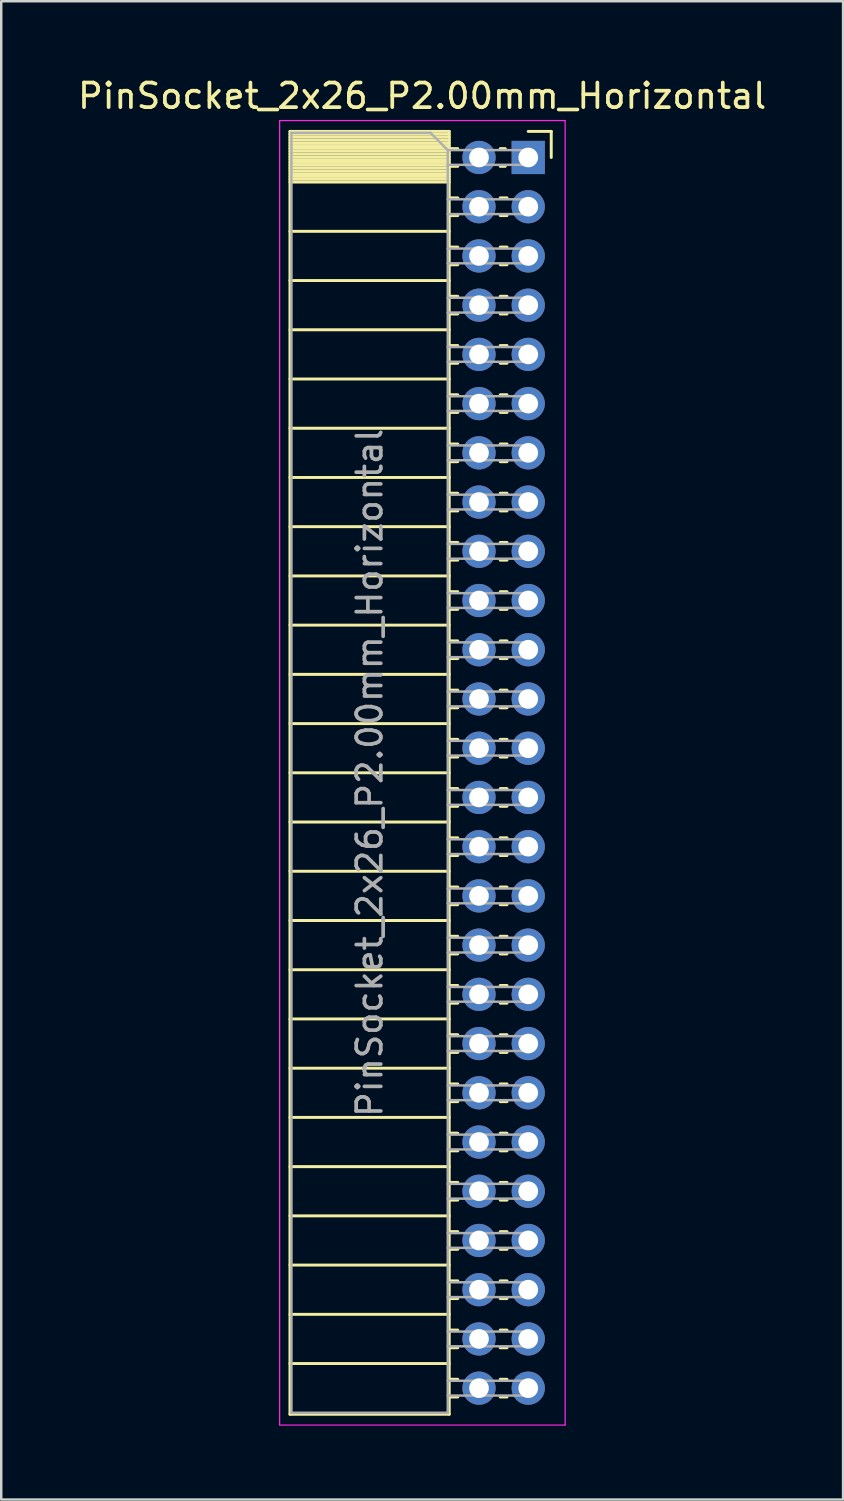
<source format=kicad_pcb>
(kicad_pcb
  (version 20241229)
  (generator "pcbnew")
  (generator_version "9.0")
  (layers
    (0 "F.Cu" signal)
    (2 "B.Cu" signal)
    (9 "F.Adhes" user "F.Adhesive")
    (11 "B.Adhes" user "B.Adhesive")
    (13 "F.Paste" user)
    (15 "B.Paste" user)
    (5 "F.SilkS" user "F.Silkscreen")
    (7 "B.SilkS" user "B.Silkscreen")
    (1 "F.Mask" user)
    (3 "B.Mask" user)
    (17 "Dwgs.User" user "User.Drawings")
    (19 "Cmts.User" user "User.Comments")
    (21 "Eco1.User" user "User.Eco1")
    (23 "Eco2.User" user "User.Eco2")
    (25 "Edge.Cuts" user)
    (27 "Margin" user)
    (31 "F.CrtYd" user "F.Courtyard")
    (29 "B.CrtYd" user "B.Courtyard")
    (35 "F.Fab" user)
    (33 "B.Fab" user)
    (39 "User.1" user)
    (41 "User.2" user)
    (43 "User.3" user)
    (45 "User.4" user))
  (footprint "PinSocket_2x26_P2.00mm_Horizontal"
    (layer "F.Cu")
    (at 18.411 3.348)
    (property "Reference" "PinSocket_2x26_P2.00mm_Horizontal" (at -4.31 -2.5 0) (layer "F.SilkS") (effects (font (size 1 1) (thickness 0.15))))
    (attr through_hole)
    (fp_line (start -9.68 -1.06) (end -9.68 51.06) (stroke (width 0.12) (type solid)) (layer "F.SilkS"))
    (fp_line (start -9.68 -1.06) (end -3.21 -1.06) (stroke (width 0.12) (type solid)) (layer "F.SilkS"))
    (fp_line (start -9.68 -0.94) (end -3.21 -0.94) (stroke (width 0.12) (type solid)) (layer "F.SilkS"))
    (fp_line (start -9.68 -0.826) (end -3.21 -0.826) (stroke (width 0.12) (type solid)) (layer "F.SilkS"))
    (fp_line (start -9.68 -0.712) (end -3.21 -0.712) (stroke (width 0.12) (type solid)) (layer "F.SilkS"))
    (fp_line (start -9.68 -0.598) (end -3.21 -0.598) (stroke (width 0.12) (type solid)) (layer "F.SilkS"))
    (fp_line (start -9.68 -0.484) (end -3.21 -0.484) (stroke (width 0.12) (type solid)) (layer "F.SilkS"))
    (fp_line (start -9.68 -0.369) (end -3.21 -0.369) (stroke (width 0.12) (type solid)) (layer "F.SilkS"))
    (fp_line (start -9.68 -0.255) (end -3.21 -0.255) (stroke (width 0.12) (type solid)) (layer "F.SilkS"))
    (fp_line (start -9.68 -0.141) (end -3.21 -0.141) (stroke (width 0.12) (type solid)) (layer "F.SilkS"))
    (fp_line (start -9.68 -0.027) (end -3.21 -0.027) (stroke (width 0.12) (type solid)) (layer "F.SilkS"))
    (fp_line (start -9.68 0.087) (end -3.21 0.087) (stroke (width 0.12) (type solid)) (layer "F.SilkS"))
    (fp_line (start -9.68 0.201) (end -3.21 0.201) (stroke (width 0.12) (type solid)) (layer "F.SilkS"))
    (fp_line (start -9.68 0.315) (end -3.21 0.315) (stroke (width 0.12) (type solid)) (layer "F.SilkS"))
    (fp_line (start -9.68 0.429) (end -3.21 0.429) (stroke (width 0.12) (type solid)) (layer "F.SilkS"))
    (fp_line (start -9.68 0.544) (end -3.21 0.544) (stroke (width 0.12) (type solid)) (layer "F.SilkS"))
    (fp_line (start -9.68 0.658) (end -3.21 0.658) (stroke (width 0.12) (type solid)) (layer "F.SilkS"))
    (fp_line (start -9.68 0.772) (end -3.21 0.772) (stroke (width 0.12) (type solid)) (layer "F.SilkS"))
    (fp_line (start -9.68 0.886) (end -3.21 0.886) (stroke (width 0.12) (type solid)) (layer "F.SilkS"))
    (fp_line (start -9.68 1) (end -3.21 1) (stroke (width 0.12) (type solid)) (layer "F.SilkS"))
    (fp_line (start -9.68 3) (end -3.21 3) (stroke (width 0.12) (type solid)) (layer "F.SilkS"))
    (fp_line (start -9.68 5) (end -3.21 5) (stroke (width 0.12) (type solid)) (layer "F.SilkS"))
    (fp_line (start -9.68 7) (end -3.21 7) (stroke (width 0.12) (type solid)) (layer "F.SilkS"))
    (fp_line (start -9.68 9) (end -3.21 9) (stroke (width 0.12) (type solid)) (layer "F.SilkS"))
    (fp_line (start -9.68 11) (end -3.21 11) (stroke (width 0.12) (type solid)) (layer "F.SilkS"))
    (fp_line (start -9.68 13) (end -3.21 13) (stroke (width 0.12) (type solid)) (layer "F.SilkS"))
    (fp_line (start -9.68 15) (end -3.21 15) (stroke (width 0.12) (type solid)) (layer "F.SilkS"))
    (fp_line (start -9.68 17) (end -3.21 17) (stroke (width 0.12) (type solid)) (layer "F.SilkS"))
    (fp_line (start -9.68 19) (end -3.21 19) (stroke (width 0.12) (type solid)) (layer "F.SilkS"))
    (fp_line (start -9.68 21) (end -3.21 21) (stroke (width 0.12) (type solid)) (layer "F.SilkS"))
    (fp_line (start -9.68 23) (end -3.21 23) (stroke (width 0.12) (type solid)) (layer "F.SilkS"))
    (fp_line (start -9.68 25) (end -3.21 25) (stroke (width 0.12) (type solid)) (layer "F.SilkS"))
    (fp_line (start -9.68 27) (end -3.21 27) (stroke (width 0.12) (type solid)) (layer "F.SilkS"))
    (fp_line (start -9.68 29) (end -3.21 29) (stroke (width 0.12) (type solid)) (layer "F.SilkS"))
    (fp_line (start -9.68 31) (end -3.21 31) (stroke (width 0.12) (type solid)) (layer "F.SilkS"))
    (fp_line (start -9.68 33) (end -3.21 33) (stroke (width 0.12) (type solid)) (layer "F.SilkS"))
    (fp_line (start -9.68 35) (end -3.21 35) (stroke (width 0.12) (type solid)) (layer "F.SilkS"))
    (fp_line (start -9.68 37) (end -3.21 37) (stroke (width 0.12) (type solid)) (layer "F.SilkS"))
    (fp_line (start -9.68 39) (end -3.21 39) (stroke (width 0.12) (type solid)) (layer "F.SilkS"))
    (fp_line (start -9.68 41) (end -3.21 41) (stroke (width 0.12) (type solid)) (layer "F.SilkS"))
    (fp_line (start -9.68 43) (end -3.21 43) (stroke (width 0.12) (type solid)) (layer "F.SilkS"))
    (fp_line (start -9.68 45) (end -3.21 45) (stroke (width 0.12) (type solid)) (layer "F.SilkS"))
    (fp_line (start -9.68 47) (end -3.21 47) (stroke (width 0.12) (type solid)) (layer "F.SilkS"))
    (fp_line (start -9.68 49) (end -3.21 49) (stroke (width 0.12) (type solid)) (layer "F.SilkS"))
    (fp_line (start -9.68 51.06) (end -3.21 51.06) (stroke (width 0.12) (type solid)) (layer "F.SilkS"))
    (fp_line (start -3.21 -1.06) (end -3.21 51.06) (stroke (width 0.12) (type solid)) (layer "F.SilkS"))
    (fp_line (start -3.21 -0.36) (end -2.863 -0.36) (stroke (width 0.12) (type solid)) (layer "F.SilkS"))
    (fp_line (start -3.21 0.36) (end -2.863 0.36) (stroke (width 0.12) (type solid)) (layer "F.SilkS"))
    (fp_line (start -3.21 1.64) (end -2.863 1.64) (stroke (width 0.12) (type solid)) (layer "F.SilkS"))
    (fp_line (start -3.21 2.36) (end -2.863 2.36) (stroke (width 0.12) (type solid)) (layer "F.SilkS"))
    (fp_line (start -3.21 3.64) (end -2.863 3.64) (stroke (width 0.12) (type solid)) (layer "F.SilkS"))
    (fp_line (start -3.21 4.36) (end -2.863 4.36) (stroke (width 0.12) (type solid)) (layer "F.SilkS"))
    (fp_line (start -3.21 5.64) (end -2.863 5.64) (stroke (width 0.12) (type solid)) (layer "F.SilkS"))
    (fp_line (start -3.21 6.36) (end -2.863 6.36) (stroke (width 0.12) (type solid)) (layer "F.SilkS"))
    (fp_line (start -3.21 7.64) (end -2.863 7.64) (stroke (width 0.12) (type solid)) (layer "F.SilkS"))
    (fp_line (start -3.21 8.36) (end -2.863 8.36) (stroke (width 0.12) (type solid)) (layer "F.SilkS"))
    (fp_line (start -3.21 9.64) (end -2.863 9.64) (stroke (width 0.12) (type solid)) (layer "F.SilkS"))
    (fp_line (start -3.21 10.36) (end -2.863 10.36) (stroke (width 0.12) (type solid)) (layer "F.SilkS"))
    (fp_line (start -3.21 11.64) (end -2.863 11.64) (stroke (width 0.12) (type solid)) (layer "F.SilkS"))
    (fp_line (start -3.21 12.36) (end -2.863 12.36) (stroke (width 0.12) (type solid)) (layer "F.SilkS"))
    (fp_line (start -3.21 13.64) (end -2.863 13.64) (stroke (width 0.12) (type solid)) (layer "F.SilkS"))
    (fp_line (start -3.21 14.36) (end -2.863 14.36) (stroke (width 0.12) (type solid)) (layer "F.SilkS"))
    (fp_line (start -3.21 15.64) (end -2.863 15.64) (stroke (width 0.12) (type solid)) (layer "F.SilkS"))
    (fp_line (start -3.21 16.36) (end -2.863 16.36) (stroke (width 0.12) (type solid)) (layer "F.SilkS"))
    (fp_line (start -3.21 17.64) (end -2.863 17.64) (stroke (width 0.12) (type solid)) (layer "F.SilkS"))
    (fp_line (start -3.21 18.36) (end -2.863 18.36) (stroke (width 0.12) (type solid)) (layer "F.SilkS"))
    (fp_line (start -3.21 19.64) (end -2.863 19.64) (stroke (width 0.12) (type solid)) (layer "F.SilkS"))
    (fp_line (start -3.21 20.36) (end -2.863 20.36) (stroke (width 0.12) (type solid)) (layer "F.SilkS"))
    (fp_line (start -3.21 21.64) (end -2.863 21.64) (stroke (width 0.12) (type solid)) (layer "F.SilkS"))
    (fp_line (start -3.21 22.36) (end -2.863 22.36) (stroke (width 0.12) (type solid)) (layer "F.SilkS"))
    (fp_line (start -3.21 23.64) (end -2.863 23.64) (stroke (width 0.12) (type solid)) (layer "F.SilkS"))
    (fp_line (start -3.21 24.36) (end -2.863 24.36) (stroke (width 0.12) (type solid)) (layer "F.SilkS"))
    (fp_line (start -3.21 25.64) (end -2.863 25.64) (stroke (width 0.12) (type solid)) (layer "F.SilkS"))
    (fp_line (start -3.21 26.36) (end -2.863 26.36) (stroke (width 0.12) (type solid)) (layer "F.SilkS"))
    (fp_line (start -3.21 27.64) (end -2.863 27.64) (stroke (width 0.12) (type solid)) (layer "F.SilkS"))
    (fp_line (start -3.21 28.36) (end -2.863 28.36) (stroke (width 0.12) (type solid)) (layer "F.SilkS"))
    (fp_line (start -3.21 29.64) (end -2.863 29.64) (stroke (width 0.12) (type solid)) (layer "F.SilkS"))
    (fp_line (start -3.21 30.36) (end -2.863 30.36) (stroke (width 0.12) (type solid)) (layer "F.SilkS"))
    (fp_line (start -3.21 31.64) (end -2.863 31.64) (stroke (width 0.12) (type solid)) (layer "F.SilkS"))
    (fp_line (start -3.21 32.36) (end -2.863 32.36) (stroke (width 0.12) (type solid)) (layer "F.SilkS"))
    (fp_line (start -3.21 33.64) (end -2.863 33.64) (stroke (width 0.12) (type solid)) (layer "F.SilkS"))
    (fp_line (start -3.21 34.36) (end -2.863 34.36) (stroke (width 0.12) (type solid)) (layer "F.SilkS"))
    (fp_line (start -3.21 35.64) (end -2.863 35.64) (stroke (width 0.12) (type solid)) (layer "F.SilkS"))
    (fp_line (start -3.21 36.36) (end -2.863 36.36) (stroke (width 0.12) (type solid)) (layer "F.SilkS"))
    (fp_line (start -3.21 37.64) (end -2.863 37.64) (stroke (width 0.12) (type solid)) (layer "F.SilkS"))
    (fp_line (start -3.21 38.36) (end -2.863 38.36) (stroke (width 0.12) (type solid)) (layer "F.SilkS"))
    (fp_line (start -3.21 39.64) (end -2.863 39.64) (stroke (width 0.12) (type solid)) (layer "F.SilkS"))
    (fp_line (start -3.21 40.36) (end -2.863 40.36) (stroke (width 0.12) (type solid)) (layer "F.SilkS"))
    (fp_line (start -3.21 41.64) (end -2.863 41.64) (stroke (width 0.12) (type solid)) (layer "F.SilkS"))
    (fp_line (start -3.21 42.36) (end -2.863 42.36) (stroke (width 0.12) (type solid)) (layer "F.SilkS"))
    (fp_line (start -3.21 43.64) (end -2.863 43.64) (stroke (width 0.12) (type solid)) (layer "F.SilkS"))
    (fp_line (start -3.21 44.36) (end -2.863 44.36) (stroke (width 0.12) (type solid)) (layer "F.SilkS"))
    (fp_line (start -3.21 45.64) (end -2.863 45.64) (stroke (width 0.12) (type solid)) (layer "F.SilkS"))
    (fp_line (start -3.21 46.36) (end -2.863 46.36) (stroke (width 0.12) (type solid)) (layer "F.SilkS"))
    (fp_line (start -3.21 47.64) (end -2.863 47.64) (stroke (width 0.12) (type solid)) (layer "F.SilkS"))
    (fp_line (start -3.21 48.36) (end -2.863 48.36) (stroke (width 0.12) (type solid)) (layer "F.SilkS"))
    (fp_line (start -3.21 49.64) (end -2.863 49.64) (stroke (width 0.12) (type solid)) (layer "F.SilkS"))
    (fp_line (start -3.21 50.36) (end -2.863 50.36) (stroke (width 0.12) (type solid)) (layer "F.SilkS"))
    (fp_line (start -1.137 -0.36) (end -0.935 -0.36) (stroke (width 0.12) (type solid)) (layer "F.SilkS"))
    (fp_line (start -1.137 0.36) (end -0.935 0.36) (stroke (width 0.12) (type solid)) (layer "F.SilkS"))
    (fp_line (start -1.137 1.64) (end -0.863 1.64) (stroke (width 0.12) (type solid)) (layer "F.SilkS"))
    (fp_line (start -1.137 2.36) (end -0.863 2.36) (stroke (width 0.12) (type solid)) (layer "F.SilkS"))
    (fp_line (start -1.137 3.64) (end -0.863 3.64) (stroke (width 0.12) (type solid)) (layer "F.SilkS"))
    (fp_line (start -1.137 4.36) (end -0.863 4.36) (stroke (width 0.12) (type solid)) (layer "F.SilkS"))
    (fp_line (start -1.137 5.64) (end -0.863 5.64) (stroke (width 0.12) (type solid)) (layer "F.SilkS"))
    (fp_line (start -1.137 6.36) (end -0.863 6.36) (stroke (width 0.12) (type solid)) (layer "F.SilkS"))
    (fp_line (start -1.137 7.64) (end -0.863 7.64) (stroke (width 0.12) (type solid)) (layer "F.SilkS"))
    (fp_line (start -1.137 8.36) (end -0.863 8.36) (stroke (width 0.12) (type solid)) (layer "F.SilkS"))
    (fp_line (start -1.137 9.64) (end -0.863 9.64) (stroke (width 0.12) (type solid)) (layer "F.SilkS"))
    (fp_line (start -1.137 10.36) (end -0.863 10.36) (stroke (width 0.12) (type solid)) (layer "F.SilkS"))
    (fp_line (start -1.137 11.64) (end -0.863 11.64) (stroke (width 0.12) (type solid)) (layer "F.SilkS"))
    (fp_line (start -1.137 12.36) (end -0.863 12.36) (stroke (width 0.12) (type solid)) (layer "F.SilkS"))
    (fp_line (start -1.137 13.64) (end -0.863 13.64) (stroke (width 0.12) (type solid)) (layer "F.SilkS"))
    (fp_line (start -1.137 14.36) (end -0.863 14.36) (stroke (width 0.12) (type solid)) (layer "F.SilkS"))
    (fp_line (start -1.137 15.64) (end -0.863 15.64) (stroke (width 0.12) (type solid)) (layer "F.SilkS"))
    (fp_line (start -1.137 16.36) (end -0.863 16.36) (stroke (width 0.12) (type solid)) (layer "F.SilkS"))
    (fp_line (start -1.137 17.64) (end -0.863 17.64) (stroke (width 0.12) (type solid)) (layer "F.SilkS"))
    (fp_line (start -1.137 18.36) (end -0.863 18.36) (stroke (width 0.12) (type solid)) (layer "F.SilkS"))
    (fp_line (start -1.137 19.64) (end -0.863 19.64) (stroke (width 0.12) (type solid)) (layer "F.SilkS"))
    (fp_line (start -1.137 20.36) (end -0.863 20.36) (stroke (width 0.12) (type solid)) (layer "F.SilkS"))
    (fp_line (start -1.137 21.64) (end -0.863 21.64) (stroke (width 0.12) (type solid)) (layer "F.SilkS"))
    (fp_line (start -1.137 22.36) (end -0.863 22.36) (stroke (width 0.12) (type solid)) (layer "F.SilkS"))
    (fp_line (start -1.137 23.64) (end -0.863 23.64) (stroke (width 0.12) (type solid)) (layer "F.SilkS"))
    (fp_line (start -1.137 24.36) (end -0.863 24.36) (stroke (width 0.12) (type solid)) (layer "F.SilkS"))
    (fp_line (start -1.137 25.64) (end -0.863 25.64) (stroke (width 0.12) (type solid)) (layer "F.SilkS"))
    (fp_line (start -1.137 26.36) (end -0.863 26.36) (stroke (width 0.12) (type solid)) (layer "F.SilkS"))
    (fp_line (start -1.137 27.64) (end -0.863 27.64) (stroke (width 0.12) (type solid)) (layer "F.SilkS"))
    (fp_line (start -1.137 28.36) (end -0.863 28.36) (stroke (width 0.12) (type solid)) (layer "F.SilkS"))
    (fp_line (start -1.137 29.64) (end -0.863 29.64) (stroke (width 0.12) (type solid)) (layer "F.SilkS"))
    (fp_line (start -1.137 30.36) (end -0.863 30.36) (stroke (width 0.12) (type solid)) (layer "F.SilkS"))
    (fp_line (start -1.137 31.64) (end -0.863 31.64) (stroke (width 0.12) (type solid)) (layer "F.SilkS"))
    (fp_line (start -1.137 32.36) (end -0.863 32.36) (stroke (width 0.12) (type solid)) (layer "F.SilkS"))
    (fp_line (start -1.137 33.64) (end -0.863 33.64) (stroke (width 0.12) (type solid)) (layer "F.SilkS"))
    (fp_line (start -1.137 34.36) (end -0.863 34.36) (stroke (width 0.12) (type solid)) (layer "F.SilkS"))
    (fp_line (start -1.137 35.64) (end -0.863 35.64) (stroke (width 0.12) (type solid)) (layer "F.SilkS"))
    (fp_line (start -1.137 36.36) (end -0.863 36.36) (stroke (width 0.12) (type solid)) (layer "F.SilkS"))
    (fp_line (start -1.137 37.64) (end -0.863 37.64) (stroke (width 0.12) (type solid)) (layer "F.SilkS"))
    (fp_line (start -1.137 38.36) (end -0.863 38.36) (stroke (width 0.12) (type solid)) (layer "F.SilkS"))
    (fp_line (start -1.137 39.64) (end -0.863 39.64) (stroke (width 0.12) (type solid)) (layer "F.SilkS"))
    (fp_line (start -1.137 40.36) (end -0.863 40.36) (stroke (width 0.12) (type solid)) (layer "F.SilkS"))
    (fp_line (start -1.137 41.64) (end -0.863 41.64) (stroke (width 0.12) (type solid)) (layer "F.SilkS"))
    (fp_line (start -1.137 42.36) (end -0.863 42.36) (stroke (width 0.12) (type solid)) (layer "F.SilkS"))
    (fp_line (start -1.137 43.64) (end -0.863 43.64) (stroke (width 0.12) (type solid)) (layer "F.SilkS"))
    (fp_line (start -1.137 44.36) (end -0.863 44.36) (stroke (width 0.12) (type solid)) (layer "F.SilkS"))
    (fp_line (start -1.137 45.64) (end -0.863 45.64) (stroke (width 0.12) (type solid)) (layer "F.SilkS"))
    (fp_line (start -1.137 46.36) (end -0.863 46.36) (stroke (width 0.12) (type solid)) (layer "F.SilkS"))
    (fp_line (start -1.137 47.64) (end -0.863 47.64) (stroke (width 0.12) (type solid)) (layer "F.SilkS"))
    (fp_line (start -1.137 48.36) (end -0.863 48.36) (stroke (width 0.12) (type solid)) (layer "F.SilkS"))
    (fp_line (start -1.137 49.64) (end -0.863 49.64) (stroke (width 0.12) (type solid)) (layer "F.SilkS"))
    (fp_line (start -1.137 50.36) (end -0.863 50.36) (stroke (width 0.12) (type solid)) (layer "F.SilkS"))
    (fp_line (start 0 -1.06) (end 0.935 -1.06) (stroke (width 0.12) (type solid)) (layer "F.SilkS"))
    (fp_line (start 0.935 -1.06) (end 0.935 0) (stroke (width 0.12) (type solid)) (layer "F.SilkS"))
    (fp_line (start -10.1 -1.5) (end -10.1 51.5) (stroke (width 0.05) (type solid)) (layer "F.CrtYd"))
    (fp_line (start -10.1 51.5) (end 1.5 51.5) (stroke (width 0.05) (type solid)) (layer "F.CrtYd"))
    (fp_line (start 1.5 -1.5) (end -10.1 -1.5) (stroke (width 0.05) (type solid)) (layer "F.CrtYd"))
    (fp_line (start 1.5 51.5) (end 1.5 -1.5) (stroke (width 0.05) (type solid)) (layer "F.CrtYd"))
    (fp_line (start -9.62 -1) (end -3.97 -1) (stroke (width 0.1) (type solid)) (layer "F.Fab"))
    (fp_line (start -9.62 51) (end -9.62 -1) (stroke (width 0.1) (type solid)) (layer "F.Fab"))
    (fp_line (start -3.97 -1) (end -3.27 -0.3) (stroke (width 0.1) (type solid)) (layer "F.Fab"))
    (fp_line (start -3.27 -0.3) (end -3.27 51) (stroke (width 0.1) (type solid)) (layer "F.Fab"))
    (fp_line (start -3.27 0.3) (end 0 0.3) (stroke (width 0.1) (type solid)) (layer "F.Fab"))
    (fp_line (start -3.27 2.3) (end 0 2.3) (stroke (width 0.1) (type solid)) (layer "F.Fab"))
    (fp_line (start -3.27 4.3) (end 0 4.3) (stroke (width 0.1) (type solid)) (layer "F.Fab"))
    (fp_line (start -3.27 6.3) (end 0 6.3) (stroke (width 0.1) (type solid)) (layer "F.Fab"))
    (fp_line (start -3.27 8.3) (end 0 8.3) (stroke (width 0.1) (type solid)) (layer "F.Fab"))
    (fp_line (start -3.27 10.3) (end 0 10.3) (stroke (width 0.1) (type solid)) (layer "F.Fab"))
    (fp_line (start -3.27 12.3) (end 0 12.3) (stroke (width 0.1) (type solid)) (layer "F.Fab"))
    (fp_line (start -3.27 14.3) (end 0 14.3) (stroke (width 0.1) (type solid)) (layer "F.Fab"))
    (fp_line (start -3.27 16.3) (end 0 16.3) (stroke (width 0.1) (type solid)) (layer "F.Fab"))
    (fp_line (start -3.27 18.3) (end 0 18.3) (stroke (width 0.1) (type solid)) (layer "F.Fab"))
    (fp_line (start -3.27 20.3) (end 0 20.3) (stroke (width 0.1) (type solid)) (layer "F.Fab"))
    (fp_line (start -3.27 22.3) (end 0 22.3) (stroke (width 0.1) (type solid)) (layer "F.Fab"))
    (fp_line (start -3.27 24.3) (end 0 24.3) (stroke (width 0.1) (type solid)) (layer "F.Fab"))
    (fp_line (start -3.27 26.3) (end 0 26.3) (stroke (width 0.1) (type solid)) (layer "F.Fab"))
    (fp_line (start -3.27 28.3) (end 0 28.3) (stroke (width 0.1) (type solid)) (layer "F.Fab"))
    (fp_line (start -3.27 30.3) (end 0 30.3) (stroke (width 0.1) (type solid)) (layer "F.Fab"))
    (fp_line (start -3.27 32.3) (end 0 32.3) (stroke (width 0.1) (type solid)) (layer "F.Fab"))
    (fp_line (start -3.27 34.3) (end 0 34.3) (stroke (width 0.1) (type solid)) (layer "F.Fab"))
    (fp_line (start -3.27 36.3) (end 0 36.3) (stroke (width 0.1) (type solid)) (layer "F.Fab"))
    (fp_line (start -3.27 38.3) (end 0 38.3) (stroke (width 0.1) (type solid)) (layer "F.Fab"))
    (fp_line (start -3.27 40.3) (end 0 40.3) (stroke (width 0.1) (type solid)) (layer "F.Fab"))
    (fp_line (start -3.27 42.3) (end 0 42.3) (stroke (width 0.1) (type solid)) (layer "F.Fab"))
    (fp_line (start -3.27 44.3) (end 0 44.3) (stroke (width 0.1) (type solid)) (layer "F.Fab"))
    (fp_line (start -3.27 46.3) (end 0 46.3) (stroke (width 0.1) (type solid)) (layer "F.Fab"))
    (fp_line (start -3.27 48.3) (end 0 48.3) (stroke (width 0.1) (type solid)) (layer "F.Fab"))
    (fp_line (start -3.27 50.3) (end 0 50.3) (stroke (width 0.1) (type solid)) (layer "F.Fab"))
    (fp_line (start -3.27 51) (end -9.62 51) (stroke (width 0.1) (type solid)) (layer "F.Fab"))
    (fp_line (start 0 -0.3) (end -3.27 -0.3) (stroke (width 0.1) (type solid)) (layer "F.Fab"))
    (fp_line (start 0 0.3) (end 0 -0.3) (stroke (width 0.1) (type solid)) (layer "F.Fab"))
    (fp_line (start 0 1.7) (end -3.27 1.7) (stroke (width 0.1) (type solid)) (layer "F.Fab"))
    (fp_line (start 0 2.3) (end 0 1.7) (stroke (width 0.1) (type solid)) (layer "F.Fab"))
    (fp_line (start 0 3.7) (end -3.27 3.7) (stroke (width 0.1) (type solid)) (layer "F.Fab"))
    (fp_line (start 0 4.3) (end 0 3.7) (stroke (width 0.1) (type solid)) (layer "F.Fab"))
    (fp_line (start 0 5.7) (end -3.27 5.7) (stroke (width 0.1) (type solid)) (layer "F.Fab"))
    (fp_line (start 0 6.3) (end 0 5.7) (stroke (width 0.1) (type solid)) (layer "F.Fab"))
    (fp_line (start 0 7.7) (end -3.27 7.7) (stroke (width 0.1) (type solid)) (layer "F.Fab"))
    (fp_line (start 0 8.3) (end 0 7.7) (stroke (width 0.1) (type solid)) (layer "F.Fab"))
    (fp_line (start 0 9.7) (end -3.27 9.7) (stroke (width 0.1) (type solid)) (layer "F.Fab"))
    (fp_line (start 0 10.3) (end 0 9.7) (stroke (width 0.1) (type solid)) (layer "F.Fab"))
    (fp_line (start 0 11.7) (end -3.27 11.7) (stroke (width 0.1) (type solid)) (layer "F.Fab"))
    (fp_line (start 0 12.3) (end 0 11.7) (stroke (width 0.1) (type solid)) (layer "F.Fab"))
    (fp_line (start 0 13.7) (end -3.27 13.7) (stroke (width 0.1) (type solid)) (layer "F.Fab"))
    (fp_line (start 0 14.3) (end 0 13.7) (stroke (width 0.1) (type solid)) (layer "F.Fab"))
    (fp_line (start 0 15.7) (end -3.27 15.7) (stroke (width 0.1) (type solid)) (layer "F.Fab"))
    (fp_line (start 0 16.3) (end 0 15.7) (stroke (width 0.1) (type solid)) (layer "F.Fab"))
    (fp_line (start 0 17.7) (end -3.27 17.7) (stroke (width 0.1) (type solid)) (layer "F.Fab"))
    (fp_line (start 0 18.3) (end 0 17.7) (stroke (width 0.1) (type solid)) (layer "F.Fab"))
    (fp_line (start 0 19.7) (end -3.27 19.7) (stroke (width 0.1) (type solid)) (layer "F.Fab"))
    (fp_line (start 0 20.3) (end 0 19.7) (stroke (width 0.1) (type solid)) (layer "F.Fab"))
    (fp_line (start 0 21.7) (end -3.27 21.7) (stroke (width 0.1) (type solid)) (layer "F.Fab"))
    (fp_line (start 0 22.3) (end 0 21.7) (stroke (width 0.1) (type solid)) (layer "F.Fab"))
    (fp_line (start 0 23.7) (end -3.27 23.7) (stroke (width 0.1) (type solid)) (layer "F.Fab"))
    (fp_line (start 0 24.3) (end 0 23.7) (stroke (width 0.1) (type solid)) (layer "F.Fab"))
    (fp_line (start 0 25.7) (end -3.27 25.7) (stroke (width 0.1) (type solid)) (layer "F.Fab"))
    (fp_line (start 0 26.3) (end 0 25.7) (stroke (width 0.1) (type solid)) (layer "F.Fab"))
    (fp_line (start 0 27.7) (end -3.27 27.7) (stroke (width 0.1) (type solid)) (layer "F.Fab"))
    (fp_line (start 0 28.3) (end 0 27.7) (stroke (width 0.1) (type solid)) (layer "F.Fab"))
    (fp_line (start 0 29.7) (end -3.27 29.7) (stroke (width 0.1) (type solid)) (layer "F.Fab"))
    (fp_line (start 0 30.3) (end 0 29.7) (stroke (width 0.1) (type solid)) (layer "F.Fab"))
    (fp_line (start 0 31.7) (end -3.27 31.7) (stroke (width 0.1) (type solid)) (layer "F.Fab"))
    (fp_line (start 0 32.3) (end 0 31.7) (stroke (width 0.1) (type solid)) (layer "F.Fab"))
    (fp_line (start 0 33.7) (end -3.27 33.7) (stroke (width 0.1) (type solid)) (layer "F.Fab"))
    (fp_line (start 0 34.3) (end 0 33.7) (stroke (width 0.1) (type solid)) (layer "F.Fab"))
    (fp_line (start 0 35.7) (end -3.27 35.7) (stroke (width 0.1) (type solid)) (layer "F.Fab"))
    (fp_line (start 0 36.3) (end 0 35.7) (stroke (width 0.1) (type solid)) (layer "F.Fab"))
    (fp_line (start 0 37.7) (end -3.27 37.7) (stroke (width 0.1) (type solid)) (layer "F.Fab"))
    (fp_line (start 0 38.3) (end 0 37.7) (stroke (width 0.1) (type solid)) (layer "F.Fab"))
    (fp_line (start 0 39.7) (end -3.27 39.7) (stroke (width 0.1) (type solid)) (layer "F.Fab"))
    (fp_line (start 0 40.3) (end 0 39.7) (stroke (width 0.1) (type solid)) (layer "F.Fab"))
    (fp_line (start 0 41.7) (end -3.27 41.7) (stroke (width 0.1) (type solid)) (layer "F.Fab"))
    (fp_line (start 0 42.3) (end 0 41.7) (stroke (width 0.1) (type solid)) (layer "F.Fab"))
    (fp_line (start 0 43.7) (end -3.27 43.7) (stroke (width 0.1) (type solid)) (layer "F.Fab"))
    (fp_line (start 0 44.3) (end 0 43.7) (stroke (width 0.1) (type solid)) (layer "F.Fab"))
    (fp_line (start 0 45.7) (end -3.27 45.7) (stroke (width 0.1) (type solid)) (layer "F.Fab"))
    (fp_line (start 0 46.3) (end 0 45.7) (stroke (width 0.1) (type solid)) (layer "F.Fab"))
    (fp_line (start 0 47.7) (end -3.27 47.7) (stroke (width 0.1) (type solid)) (layer "F.Fab"))
    (fp_line (start 0 48.3) (end 0 47.7) (stroke (width 0.1) (type solid)) (layer "F.Fab"))
    (fp_line (start 0 49.7) (end -3.27 49.7) (stroke (width 0.1) (type solid)) (layer "F.Fab"))
    (fp_line (start 0 50.3) (end 0 49.7) (stroke (width 0.1) (type solid)) (layer "F.Fab"))
    (fp_text user "${REFERENCE}" (at -6.445 25 90) (layer "F.Fab") (effects (font (size 1 1) (thickness 0.15))))
    (pad "1" thru_hole rect (at 0 0) (size 1.35 1.35) (drill 0.8) (layers "*.Cu" "*.Mask"))
    (pad "2" thru_hole circle (at -2 0) (size 1.35 1.35) (drill 0.8) (layers "*.Cu" "*.Mask"))
    (pad "3" thru_hole circle (at 0 2) (size 1.35 1.35) (drill 0.8) (layers "*.Cu" "*.Mask"))
    (pad "4" thru_hole circle (at -2 2) (size 1.35 1.35) (drill 0.8) (layers "*.Cu" "*.Mask"))
    (pad "5" thru_hole circle (at 0 4) (size 1.35 1.35) (drill 0.8) (layers "*.Cu" "*.Mask"))
    (pad "6" thru_hole circle (at -2 4) (size 1.35 1.35) (drill 0.8) (layers "*.Cu" "*.Mask"))
    (pad "7" thru_hole circle (at 0 6) (size 1.35 1.35) (drill 0.8) (layers "*.Cu" "*.Mask"))
    (pad "8" thru_hole circle (at -2 6) (size 1.35 1.35) (drill 0.8) (layers "*.Cu" "*.Mask"))
    (pad "9" thru_hole circle (at 0 8) (size 1.35 1.35) (drill 0.8) (layers "*.Cu" "*.Mask"))
    (pad "10" thru_hole circle (at -2 8) (size 1.35 1.35) (drill 0.8) (layers "*.Cu" "*.Mask"))
    (pad "11" thru_hole circle (at 0 10) (size 1.35 1.35) (drill 0.8) (layers "*.Cu" "*.Mask"))
    (pad "12" thru_hole circle (at -2 10) (size 1.35 1.35) (drill 0.8) (layers "*.Cu" "*.Mask"))
    (pad "13" thru_hole circle (at 0 12) (size 1.35 1.35) (drill 0.8) (layers "*.Cu" "*.Mask"))
    (pad "14" thru_hole circle (at -2 12) (size 1.35 1.35) (drill 0.8) (layers "*.Cu" "*.Mask"))
    (pad "15" thru_hole circle (at 0 14) (size 1.35 1.35) (drill 0.8) (layers "*.Cu" "*.Mask"))
    (pad "16" thru_hole circle (at -2 14) (size 1.35 1.35) (drill 0.8) (layers "*.Cu" "*.Mask"))
    (pad "17" thru_hole circle (at 0 16) (size 1.35 1.35) (drill 0.8) (layers "*.Cu" "*.Mask"))
    (pad "18" thru_hole circle (at -2 16) (size 1.35 1.35) (drill 0.8) (layers "*.Cu" "*.Mask"))
    (pad "19" thru_hole circle (at 0 18) (size 1.35 1.35) (drill 0.8) (layers "*.Cu" "*.Mask"))
    (pad "20" thru_hole circle (at -2 18) (size 1.35 1.35) (drill 0.8) (layers "*.Cu" "*.Mask"))
    (pad "21" thru_hole circle (at 0 20) (size 1.35 1.35) (drill 0.8) (layers "*.Cu" "*.Mask"))
    (pad "22" thru_hole circle (at -2 20) (size 1.35 1.35) (drill 0.8) (layers "*.Cu" "*.Mask"))
    (pad "23" thru_hole circle (at 0 22) (size 1.35 1.35) (drill 0.8) (layers "*.Cu" "*.Mask"))
    (pad "24" thru_hole circle (at -2 22) (size 1.35 1.35) (drill 0.8) (layers "*.Cu" "*.Mask"))
    (pad "25" thru_hole circle (at 0 24) (size 1.35 1.35) (drill 0.8) (layers "*.Cu" "*.Mask"))
    (pad "26" thru_hole circle (at -2 24) (size 1.35 1.35) (drill 0.8) (layers "*.Cu" "*.Mask"))
    (pad "27" thru_hole circle (at 0 26) (size 1.35 1.35) (drill 0.8) (layers "*.Cu" "*.Mask"))
    (pad "28" thru_hole circle (at -2 26) (size 1.35 1.35) (drill 0.8) (layers "*.Cu" "*.Mask"))
    (pad "29" thru_hole circle (at 0 28) (size 1.35 1.35) (drill 0.8) (layers "*.Cu" "*.Mask"))
    (pad "30" thru_hole circle (at -2 28) (size 1.35 1.35) (drill 0.8) (layers "*.Cu" "*.Mask"))
    (pad "31" thru_hole circle (at 0 30) (size 1.35 1.35) (drill 0.8) (layers "*.Cu" "*.Mask"))
    (pad "32" thru_hole circle (at -2 30) (size 1.35 1.35) (drill 0.8) (layers "*.Cu" "*.Mask"))
    (pad "33" thru_hole circle (at 0 32) (size 1.35 1.35) (drill 0.8) (layers "*.Cu" "*.Mask"))
    (pad "34" thru_hole circle (at -2 32) (size 1.35 1.35) (drill 0.8) (layers "*.Cu" "*.Mask"))
    (pad "35" thru_hole circle (at 0 34) (size 1.35 1.35) (drill 0.8) (layers "*.Cu" "*.Mask"))
    (pad "36" thru_hole circle (at -2 34) (size 1.35 1.35) (drill 0.8) (layers "*.Cu" "*.Mask"))
    (pad "37" thru_hole circle (at 0 36) (size 1.35 1.35) (drill 0.8) (layers "*.Cu" "*.Mask"))
    (pad "38" thru_hole circle (at -2 36) (size 1.35 1.35) (drill 0.8) (layers "*.Cu" "*.Mask"))
    (pad "39" thru_hole circle (at 0 38) (size 1.35 1.35) (drill 0.8) (layers "*.Cu" "*.Mask"))
    (pad "40" thru_hole circle (at -2 38) (size 1.35 1.35) (drill 0.8) (layers "*.Cu" "*.Mask"))
    (pad "41" thru_hole circle (at 0 40) (size 1.35 1.35) (drill 0.8) (layers "*.Cu" "*.Mask"))
    (pad "42" thru_hole circle (at -2 40) (size 1.35 1.35) (drill 0.8) (layers "*.Cu" "*.Mask"))
    (pad "43" thru_hole circle (at 0 42) (size 1.35 1.35) (drill 0.8) (layers "*.Cu" "*.Mask"))
    (pad "44" thru_hole circle (at -2 42) (size 1.35 1.35) (drill 0.8) (layers "*.Cu" "*.Mask"))
    (pad "45" thru_hole circle (at 0 44) (size 1.35 1.35) (drill 0.8) (layers "*.Cu" "*.Mask"))
    (pad "46" thru_hole circle (at -2 44) (size 1.35 1.35) (drill 0.8) (layers "*.Cu" "*.Mask"))
    (pad "47" thru_hole circle (at 0 46) (size 1.35 1.35) (drill 0.8) (layers "*.Cu" "*.Mask"))
    (pad "48" thru_hole circle (at -2 46) (size 1.35 1.35) (drill 0.8) (layers "*.Cu" "*.Mask"))
    (pad "49" thru_hole circle (at 0 48) (size 1.35 1.35) (drill 0.8) (layers "*.Cu" "*.Mask"))
    (pad "50" thru_hole circle (at -2 48) (size 1.35 1.35) (drill 0.8) (layers "*.Cu" "*.Mask"))
    (pad "51" thru_hole circle (at 0 50) (size 1.35 1.35) (drill 0.8) (layers "*.Cu" "*.Mask"))
    (pad "52" thru_hole circle (at -2 50) (size 1.35 1.35) (drill 0.8) (layers "*.Cu" "*.Mask")))
  (gr_rect
    (start -3 -3)
    (end 31.202 57.873)
    (stroke (width 0.1) (type default))
    (fill no)
    (layer "Edge.Cuts")))
</source>
